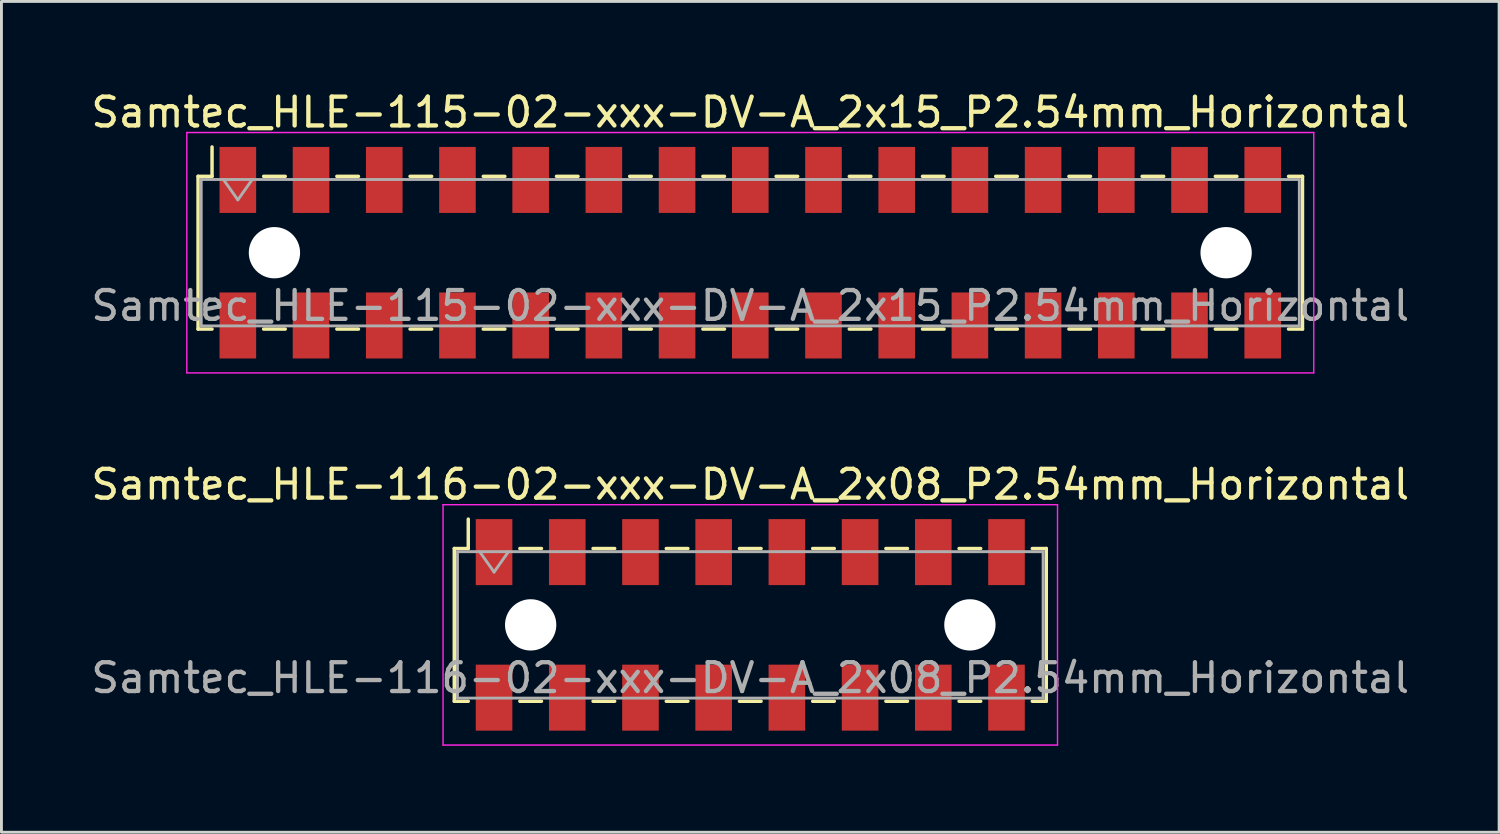
<source format=kicad_pcb>
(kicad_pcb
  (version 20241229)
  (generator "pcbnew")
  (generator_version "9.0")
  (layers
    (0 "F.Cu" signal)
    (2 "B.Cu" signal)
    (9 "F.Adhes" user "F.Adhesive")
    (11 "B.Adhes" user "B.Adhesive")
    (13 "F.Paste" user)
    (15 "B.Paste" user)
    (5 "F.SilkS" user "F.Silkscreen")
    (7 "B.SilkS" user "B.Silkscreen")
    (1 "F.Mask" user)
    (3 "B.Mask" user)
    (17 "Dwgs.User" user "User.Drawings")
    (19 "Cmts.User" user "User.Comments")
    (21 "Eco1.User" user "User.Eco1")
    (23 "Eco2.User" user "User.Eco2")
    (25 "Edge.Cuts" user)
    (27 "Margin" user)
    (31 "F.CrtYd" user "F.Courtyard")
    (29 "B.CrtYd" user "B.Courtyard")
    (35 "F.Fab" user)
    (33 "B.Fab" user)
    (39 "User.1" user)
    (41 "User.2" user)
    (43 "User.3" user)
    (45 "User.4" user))
  (footprint "Samtec_HLE-115-02-xxx-DV-A_2x15_P2.54mm_Horizontal"
    (layer "F.Cu")
    (at 22.982 5.718)
    (property "Reference" "Samtec_HLE-115-02-xxx-DV-A_2x15_P2.54mm_Horizontal" (at 0 -4.87 0) (layer "F.SilkS") (effects (font (size 1 1) (thickness 0.15))))
    (attr smd)
    (fp_line (start -19.16 -2.65) (end -19.16 2.65) (stroke (width 0.12) (type solid)) (layer "F.SilkS"))
    (fp_line (start -19.16 2.65) (end -18.675 2.65) (stroke (width 0.12) (type solid)) (layer "F.SilkS"))
    (fp_line (start -18.675 -3.67) (end -18.675 -2.65) (stroke (width 0.12) (type solid)) (layer "F.SilkS"))
    (fp_line (start -18.675 -2.65) (end -19.16 -2.65) (stroke (width 0.12) (type solid)) (layer "F.SilkS"))
    (fp_line (start -16.885 -2.65) (end -16.135 -2.65) (stroke (width 0.12) (type solid)) (layer "F.SilkS"))
    (fp_line (start -16.885 2.65) (end -16.135 2.65) (stroke (width 0.12) (type solid)) (layer "F.SilkS"))
    (fp_line (start -14.345 -2.65) (end -13.595 -2.65) (stroke (width 0.12) (type solid)) (layer "F.SilkS"))
    (fp_line (start -14.345 2.65) (end -13.595 2.65) (stroke (width 0.12) (type solid)) (layer "F.SilkS"))
    (fp_line (start -11.805 -2.65) (end -11.055 -2.65) (stroke (width 0.12) (type solid)) (layer "F.SilkS"))
    (fp_line (start -11.805 2.65) (end -11.055 2.65) (stroke (width 0.12) (type solid)) (layer "F.SilkS"))
    (fp_line (start -9.265 -2.65) (end -8.515 -2.65) (stroke (width 0.12) (type solid)) (layer "F.SilkS"))
    (fp_line (start -9.265 2.65) (end -8.515 2.65) (stroke (width 0.12) (type solid)) (layer "F.SilkS"))
    (fp_line (start -6.725 -2.65) (end -5.975 -2.65) (stroke (width 0.12) (type solid)) (layer "F.SilkS"))
    (fp_line (start -6.725 2.65) (end -5.975 2.65) (stroke (width 0.12) (type solid)) (layer "F.SilkS"))
    (fp_line (start -4.185 -2.65) (end -3.435 -2.65) (stroke (width 0.12) (type solid)) (layer "F.SilkS"))
    (fp_line (start -4.185 2.65) (end -3.435 2.65) (stroke (width 0.12) (type solid)) (layer "F.SilkS"))
    (fp_line (start -1.645 -2.65) (end -0.895 -2.65) (stroke (width 0.12) (type solid)) (layer "F.SilkS"))
    (fp_line (start -1.645 2.65) (end -0.895 2.65) (stroke (width 0.12) (type solid)) (layer "F.SilkS"))
    (fp_line (start 0.895 -2.65) (end 1.645 -2.65) (stroke (width 0.12) (type solid)) (layer "F.SilkS"))
    (fp_line (start 0.895 2.65) (end 1.645 2.65) (stroke (width 0.12) (type solid)) (layer "F.SilkS"))
    (fp_line (start 3.435 -2.65) (end 4.185 -2.65) (stroke (width 0.12) (type solid)) (layer "F.SilkS"))
    (fp_line (start 3.435 2.65) (end 4.185 2.65) (stroke (width 0.12) (type solid)) (layer "F.SilkS"))
    (fp_line (start 5.975 -2.65) (end 6.725 -2.65) (stroke (width 0.12) (type solid)) (layer "F.SilkS"))
    (fp_line (start 5.975 2.65) (end 6.725 2.65) (stroke (width 0.12) (type solid)) (layer "F.SilkS"))
    (fp_line (start 8.515 -2.65) (end 9.265 -2.65) (stroke (width 0.12) (type solid)) (layer "F.SilkS"))
    (fp_line (start 8.515 2.65) (end 9.265 2.65) (stroke (width 0.12) (type solid)) (layer "F.SilkS"))
    (fp_line (start 11.055 -2.65) (end 11.805 -2.65) (stroke (width 0.12) (type solid)) (layer "F.SilkS"))
    (fp_line (start 11.055 2.65) (end 11.805 2.65) (stroke (width 0.12) (type solid)) (layer "F.SilkS"))
    (fp_line (start 13.595 -2.65) (end 14.345 -2.65) (stroke (width 0.12) (type solid)) (layer "F.SilkS"))
    (fp_line (start 13.595 2.65) (end 14.345 2.65) (stroke (width 0.12) (type solid)) (layer "F.SilkS"))
    (fp_line (start 16.135 -2.65) (end 16.885 -2.65) (stroke (width 0.12) (type solid)) (layer "F.SilkS"))
    (fp_line (start 16.135 2.65) (end 16.885 2.65) (stroke (width 0.12) (type solid)) (layer "F.SilkS"))
    (fp_line (start 18.675 -2.65) (end 19.16 -2.65) (stroke (width 0.12) (type solid)) (layer "F.SilkS"))
    (fp_line (start 19.16 -2.65) (end 19.16 2.65) (stroke (width 0.12) (type solid)) (layer "F.SilkS"))
    (fp_line (start 19.16 2.65) (end 18.675 2.65) (stroke (width 0.12) (type solid)) (layer "F.SilkS"))
    (fp_line (start -19.55 -4.17) (end 19.55 -4.17) (stroke (width 0.05) (type solid)) (layer "F.CrtYd"))
    (fp_line (start -19.55 4.17) (end -19.55 -4.17) (stroke (width 0.05) (type solid)) (layer "F.CrtYd"))
    (fp_line (start 19.55 -4.17) (end 19.55 4.17) (stroke (width 0.05) (type solid)) (layer "F.CrtYd"))
    (fp_line (start 19.55 4.17) (end -19.55 4.17) (stroke (width 0.05) (type solid)) (layer "F.CrtYd"))
    (fp_line (start -19.05 -2.54) (end 19.05 -2.54) (stroke (width 0.1) (type solid)) (layer "F.Fab"))
    (fp_line (start -19.05 2.54) (end -19.05 -2.54) (stroke (width 0.1) (type solid)) (layer "F.Fab"))
    (fp_line (start -18.28 -2.54) (end -17.78 -1.833) (stroke (width 0.1) (type solid)) (layer "F.Fab"))
    (fp_line (start -17.78 -1.833) (end -17.28 -2.54) (stroke (width 0.1) (type solid)) (layer "F.Fab"))
    (fp_line (start 19.05 -2.54) (end 19.05 2.54) (stroke (width 0.1) (type solid)) (layer "F.Fab"))
    (fp_line (start 19.05 2.54) (end -19.05 2.54) (stroke (width 0.1) (type solid)) (layer "F.Fab"))
    (fp_text user "${REFERENCE}" (at 0 1.84 0) (layer "F.Fab") (effects (font (size 1 1) (thickness 0.15))))
    (pad "" np_thru_hole circle (at -16.51 0) (size 1.78 1.78) (drill 1.78) (layers "*.Cu" "*.Mask"))
    (pad "" np_thru_hole circle (at 16.51 0) (size 1.78 1.78) (drill 1.78) (layers "*.Cu" "*.Mask"))
    (pad "1" smd rect (at -17.78 -2.525) (size 1.27 2.29) (layers "F.Cu" "F.Mask" "F.Paste"))
    (pad "2" smd rect (at -17.78 2.525) (size 1.27 2.29) (layers "F.Cu" "F.Mask" "F.Paste"))
    (pad "3" smd rect (at -15.24 -2.525) (size 1.27 2.29) (layers "F.Cu" "F.Mask" "F.Paste"))
    (pad "4" smd rect (at -15.24 2.525) (size 1.27 2.29) (layers "F.Cu" "F.Mask" "F.Paste"))
    (pad "5" smd rect (at -12.7 -2.525) (size 1.27 2.29) (layers "F.Cu" "F.Mask" "F.Paste"))
    (pad "6" smd rect (at -12.7 2.525) (size 1.27 2.29) (layers "F.Cu" "F.Mask" "F.Paste"))
    (pad "7" smd rect (at -10.16 -2.525) (size 1.27 2.29) (layers "F.Cu" "F.Mask" "F.Paste"))
    (pad "8" smd rect (at -10.16 2.525) (size 1.27 2.29) (layers "F.Cu" "F.Mask" "F.Paste"))
    (pad "9" smd rect (at -7.62 -2.525) (size 1.27 2.29) (layers "F.Cu" "F.Mask" "F.Paste"))
    (pad "10" smd rect (at -7.62 2.525) (size 1.27 2.29) (layers "F.Cu" "F.Mask" "F.Paste"))
    (pad "11" smd rect (at -5.08 -2.525) (size 1.27 2.29) (layers "F.Cu" "F.Mask" "F.Paste"))
    (pad "12" smd rect (at -5.08 2.525) (size 1.27 2.29) (layers "F.Cu" "F.Mask" "F.Paste"))
    (pad "13" smd rect (at -2.54 -2.525) (size 1.27 2.29) (layers "F.Cu" "F.Mask" "F.Paste"))
    (pad "14" smd rect (at -2.54 2.525) (size 1.27 2.29) (layers "F.Cu" "F.Mask" "F.Paste"))
    (pad "15" smd rect (at 0 -2.525) (size 1.27 2.29) (layers "F.Cu" "F.Mask" "F.Paste"))
    (pad "16" smd rect (at 0 2.525) (size 1.27 2.29) (layers "F.Cu" "F.Mask" "F.Paste"))
    (pad "17" smd rect (at 2.54 -2.525) (size 1.27 2.29) (layers "F.Cu" "F.Mask" "F.Paste"))
    (pad "18" smd rect (at 2.54 2.525) (size 1.27 2.29) (layers "F.Cu" "F.Mask" "F.Paste"))
    (pad "19" smd rect (at 5.08 -2.525) (size 1.27 2.29) (layers "F.Cu" "F.Mask" "F.Paste"))
    (pad "20" smd rect (at 5.08 2.525) (size 1.27 2.29) (layers "F.Cu" "F.Mask" "F.Paste"))
    (pad "21" smd rect (at 7.62 -2.525) (size 1.27 2.29) (layers "F.Cu" "F.Mask" "F.Paste"))
    (pad "22" smd rect (at 7.62 2.525) (size 1.27 2.29) (layers "F.Cu" "F.Mask" "F.Paste"))
    (pad "23" smd rect (at 10.16 -2.525) (size 1.27 2.29) (layers "F.Cu" "F.Mask" "F.Paste"))
    (pad "24" smd rect (at 10.16 2.525) (size 1.27 2.29) (layers "F.Cu" "F.Mask" "F.Paste"))
    (pad "25" smd rect (at 12.7 -2.525) (size 1.27 2.29) (layers "F.Cu" "F.Mask" "F.Paste"))
    (pad "26" smd rect (at 12.7 2.525) (size 1.27 2.29) (layers "F.Cu" "F.Mask" "F.Paste"))
    (pad "27" smd rect (at 15.24 -2.525) (size 1.27 2.29) (layers "F.Cu" "F.Mask" "F.Paste"))
    (pad "28" smd rect (at 15.24 2.525) (size 1.27 2.29) (layers "F.Cu" "F.Mask" "F.Paste"))
    (pad "29" smd rect (at 17.78 -2.525) (size 1.27 2.29) (layers "F.Cu" "F.Mask" "F.Paste"))
    (pad "30" smd rect (at 17.78 2.525) (size 1.27 2.29) (layers "F.Cu" "F.Mask" "F.Paste")))
  (footprint "Samtec_HLE-116-02-xxx-DV-A_2x08_P2.54mm_Horizontal"
    (layer "F.Cu")
    (at 22.982 18.631)
    (property "Reference" "Samtec_HLE-116-02-xxx-DV-A_2x08_P2.54mm_Horizontal" (at 0 -4.87 0) (layer "F.SilkS") (effects (font (size 1 1) (thickness 0.15))))
    (attr smd)
    (fp_line (start -10.27 -2.65) (end -10.27 2.65) (stroke (width 0.12) (type solid)) (layer "F.SilkS"))
    (fp_line (start -10.27 2.65) (end -9.785 2.65) (stroke (width 0.12) (type solid)) (layer "F.SilkS"))
    (fp_line (start -9.785 -3.67) (end -9.785 -2.65) (stroke (width 0.12) (type solid)) (layer "F.SilkS"))
    (fp_line (start -9.785 -2.65) (end -10.27 -2.65) (stroke (width 0.12) (type solid)) (layer "F.SilkS"))
    (fp_line (start -7.995 -2.65) (end -7.245 -2.65) (stroke (width 0.12) (type solid)) (layer "F.SilkS"))
    (fp_line (start -7.995 2.65) (end -7.245 2.65) (stroke (width 0.12) (type solid)) (layer "F.SilkS"))
    (fp_line (start -5.455 -2.65) (end -4.705 -2.65) (stroke (width 0.12) (type solid)) (layer "F.SilkS"))
    (fp_line (start -5.455 2.65) (end -4.705 2.65) (stroke (width 0.12) (type solid)) (layer "F.SilkS"))
    (fp_line (start -2.915 -2.65) (end -2.165 -2.65) (stroke (width 0.12) (type solid)) (layer "F.SilkS"))
    (fp_line (start -2.915 2.65) (end -2.165 2.65) (stroke (width 0.12) (type solid)) (layer "F.SilkS"))
    (fp_line (start -0.375 -2.65) (end 0.375 -2.65) (stroke (width 0.12) (type solid)) (layer "F.SilkS"))
    (fp_line (start -0.375 2.65) (end 0.375 2.65) (stroke (width 0.12) (type solid)) (layer "F.SilkS"))
    (fp_line (start 2.165 -2.65) (end 2.915 -2.65) (stroke (width 0.12) (type solid)) (layer "F.SilkS"))
    (fp_line (start 2.165 2.65) (end 2.915 2.65) (stroke (width 0.12) (type solid)) (layer "F.SilkS"))
    (fp_line (start 4.705 -2.65) (end 5.455 -2.65) (stroke (width 0.12) (type solid)) (layer "F.SilkS"))
    (fp_line (start 4.705 2.65) (end 5.455 2.65) (stroke (width 0.12) (type solid)) (layer "F.SilkS"))
    (fp_line (start 7.245 -2.65) (end 7.995 -2.65) (stroke (width 0.12) (type solid)) (layer "F.SilkS"))
    (fp_line (start 7.245 2.65) (end 7.995 2.65) (stroke (width 0.12) (type solid)) (layer "F.SilkS"))
    (fp_line (start 9.785 -2.65) (end 10.27 -2.65) (stroke (width 0.12) (type solid)) (layer "F.SilkS"))
    (fp_line (start 10.27 -2.65) (end 10.27 2.65) (stroke (width 0.12) (type solid)) (layer "F.SilkS"))
    (fp_line (start 10.27 2.65) (end 9.785 2.65) (stroke (width 0.12) (type solid)) (layer "F.SilkS"))
    (fp_line (start -10.66 -4.17) (end 10.66 -4.17) (stroke (width 0.05) (type solid)) (layer "F.CrtYd"))
    (fp_line (start -10.66 4.17) (end -10.66 -4.17) (stroke (width 0.05) (type solid)) (layer "F.CrtYd"))
    (fp_line (start 10.66 -4.17) (end 10.66 4.17) (stroke (width 0.05) (type solid)) (layer "F.CrtYd"))
    (fp_line (start 10.66 4.17) (end -10.66 4.17) (stroke (width 0.05) (type solid)) (layer "F.CrtYd"))
    (fp_line (start -10.16 -2.54) (end 10.16 -2.54) (stroke (width 0.1) (type solid)) (layer "F.Fab"))
    (fp_line (start -10.16 2.54) (end -10.16 -2.54) (stroke (width 0.1) (type solid)) (layer "F.Fab"))
    (fp_line (start -9.39 -2.54) (end -8.89 -1.833) (stroke (width 0.1) (type solid)) (layer "F.Fab"))
    (fp_line (start -8.89 -1.833) (end -8.39 -2.54) (stroke (width 0.1) (type solid)) (layer "F.Fab"))
    (fp_line (start 10.16 -2.54) (end 10.16 2.54) (stroke (width 0.1) (type solid)) (layer "F.Fab"))
    (fp_line (start 10.16 2.54) (end -10.16 2.54) (stroke (width 0.1) (type solid)) (layer "F.Fab"))
    (fp_text user "${REFERENCE}" (at 0 1.84 0) (layer "F.Fab") (effects (font (size 1 1) (thickness 0.15))))
    (pad "" np_thru_hole circle (at -7.62 0) (size 1.78 1.78) (drill 1.78) (layers "*.Cu" "*.Mask"))
    (pad "" np_thru_hole circle (at 7.62 0) (size 1.78 1.78) (drill 1.78) (layers "*.Cu" "*.Mask"))
    (pad "1" smd rect (at -8.89 -2.525) (size 1.27 2.29) (layers "F.Cu" "F.Mask" "F.Paste"))
    (pad "2" smd rect (at -8.89 2.525) (size 1.27 2.29) (layers "F.Cu" "F.Mask" "F.Paste"))
    (pad "3" smd rect (at -6.35 -2.525) (size 1.27 2.29) (layers "F.Cu" "F.Mask" "F.Paste"))
    (pad "4" smd rect (at -6.35 2.525) (size 1.27 2.29) (layers "F.Cu" "F.Mask" "F.Paste"))
    (pad "5" smd rect (at -3.81 -2.525) (size 1.27 2.29) (layers "F.Cu" "F.Mask" "F.Paste"))
    (pad "6" smd rect (at -3.81 2.525) (size 1.27 2.29) (layers "F.Cu" "F.Mask" "F.Paste"))
    (pad "7" smd rect (at -1.27 -2.525) (size 1.27 2.29) (layers "F.Cu" "F.Mask" "F.Paste"))
    (pad "8" smd rect (at -1.27 2.525) (size 1.27 2.29) (layers "F.Cu" "F.Mask" "F.Paste"))
    (pad "9" smd rect (at 1.27 -2.525) (size 1.27 2.29) (layers "F.Cu" "F.Mask" "F.Paste"))
    (pad "10" smd rect (at 1.27 2.525) (size 1.27 2.29) (layers "F.Cu" "F.Mask" "F.Paste"))
    (pad "11" smd rect (at 3.81 -2.525) (size 1.27 2.29) (layers "F.Cu" "F.Mask" "F.Paste"))
    (pad "12" smd rect (at 3.81 2.525) (size 1.27 2.29) (layers "F.Cu" "F.Mask" "F.Paste"))
    (pad "13" smd rect (at 6.35 -2.525) (size 1.27 2.29) (layers "F.Cu" "F.Mask" "F.Paste"))
    (pad "14" smd rect (at 6.35 2.525) (size 1.27 2.29) (layers "F.Cu" "F.Mask" "F.Paste"))
    (pad "15" smd rect (at 8.89 -2.525) (size 1.27 2.29) (layers "F.Cu" "F.Mask" "F.Paste"))
    (pad "16" smd rect (at 8.89 2.525) (size 1.27 2.29) (layers "F.Cu" "F.Mask" "F.Paste")))
  (gr_rect
    (start -3 -3)
    (end 48.964 25.826)
    (stroke (width 0.1) (type default))
    (fill no)
    (layer "Edge.Cuts")))
</source>
